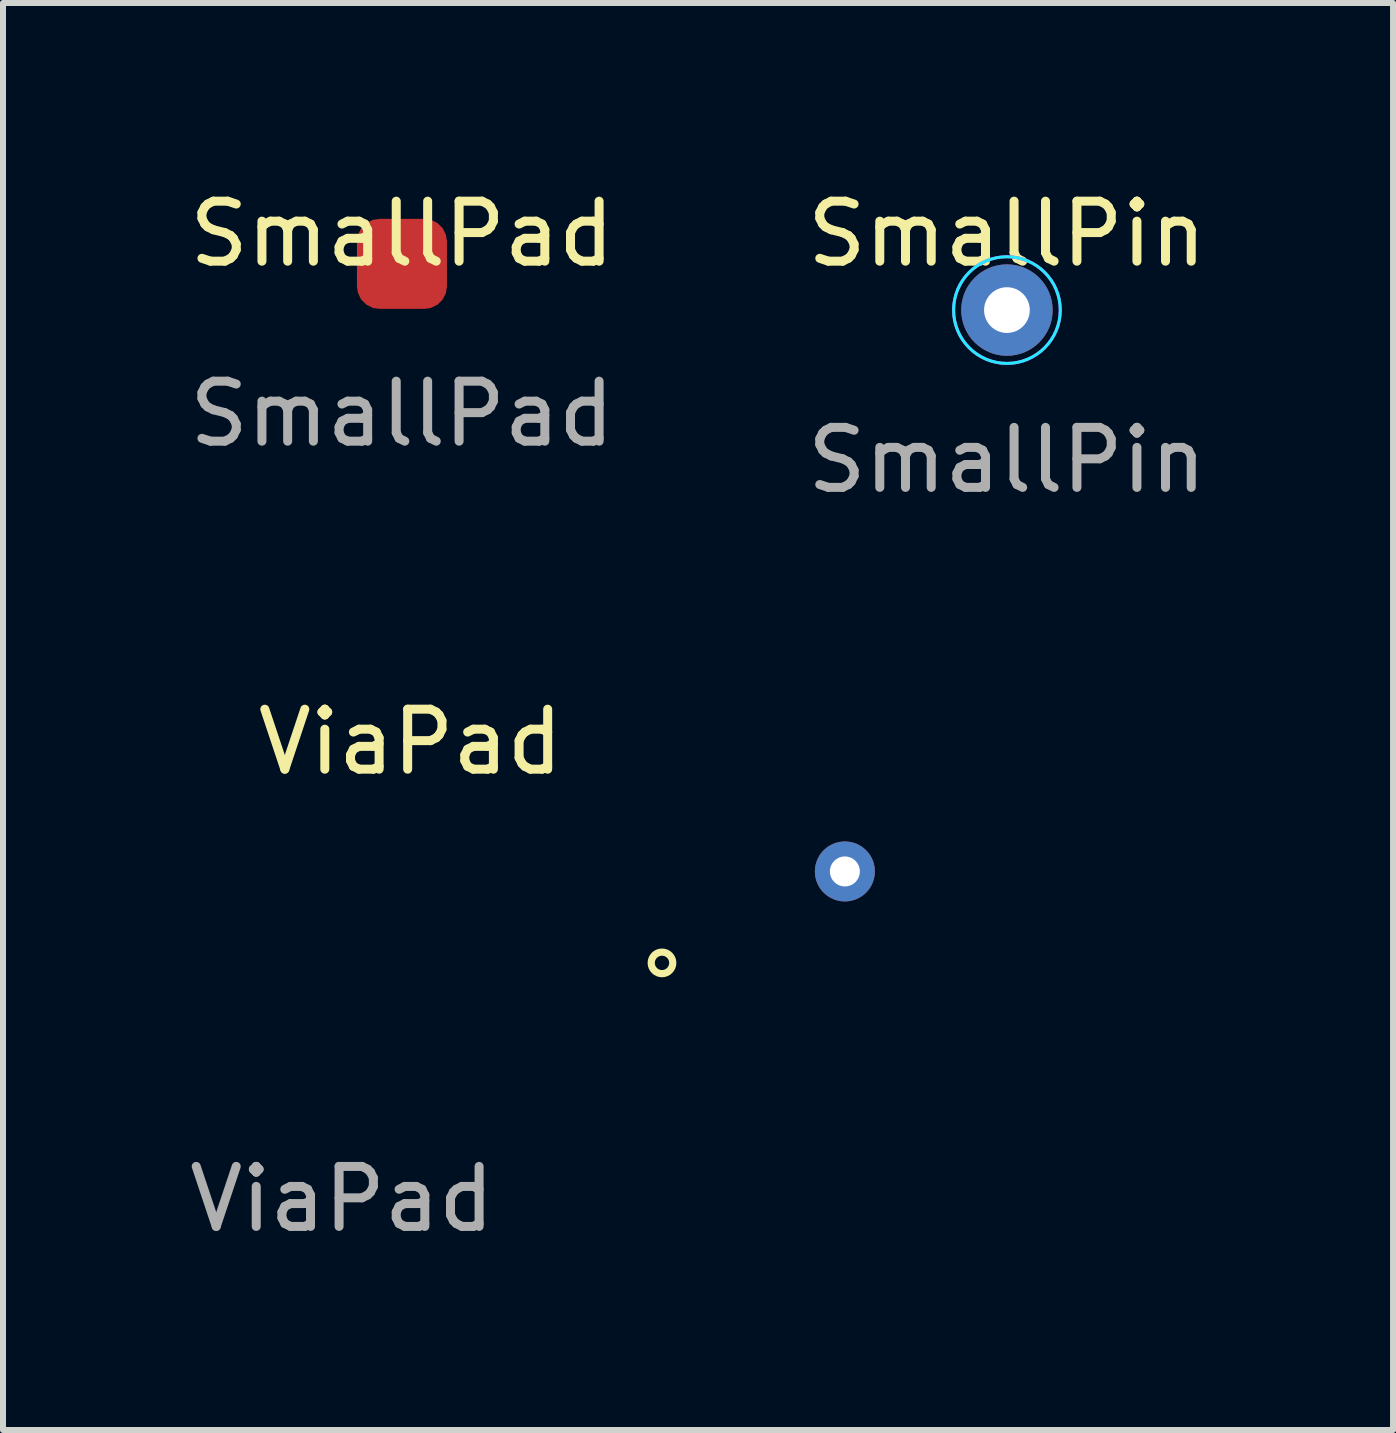
<source format=kicad_pcb>
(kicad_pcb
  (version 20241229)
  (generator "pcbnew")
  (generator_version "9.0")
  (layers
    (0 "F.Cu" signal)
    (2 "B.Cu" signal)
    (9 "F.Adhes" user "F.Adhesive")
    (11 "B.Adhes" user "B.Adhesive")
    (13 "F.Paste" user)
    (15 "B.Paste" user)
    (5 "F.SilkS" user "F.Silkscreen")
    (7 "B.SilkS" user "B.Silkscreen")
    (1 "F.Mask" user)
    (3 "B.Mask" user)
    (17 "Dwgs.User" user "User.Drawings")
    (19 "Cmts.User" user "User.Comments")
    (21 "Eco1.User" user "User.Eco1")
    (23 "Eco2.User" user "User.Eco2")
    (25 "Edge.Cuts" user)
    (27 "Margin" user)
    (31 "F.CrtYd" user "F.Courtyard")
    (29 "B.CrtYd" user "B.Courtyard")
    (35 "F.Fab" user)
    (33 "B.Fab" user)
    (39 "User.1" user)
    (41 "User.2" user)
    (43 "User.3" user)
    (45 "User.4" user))
  (footprint "SmallPad"
    (layer "F.Cu")
    (at 3.649 1.348)
    (property "Reference" "SmallPad" (at 0 -0.5 0) (unlocked yes) (layer "F.SilkS") (effects (font (size 1 1) (thickness 0.15))))
    (attr smd)
    (fp_text user "${REFERENCE}" (at 0 2.5 0) (unlocked yes) (layer "F.Fab") (effects (font (size 1 1) (thickness 0.15))))
    (pad "1" smd roundrect (at 0 0) (size 1.5 1.5) (layers "F.Cu" "F.Mask" "F.Paste") (roundrect_rratio 0.25)))
  (footprint "SmallPin"
    (layer "F.Cu")
    (at 13.732 2.118)
    (property "Reference" "SmallPin" (at 0 -1.27 0) (unlocked yes) (layer "F.SilkS") (effects (font (size 1 1) (thickness 0.15))))
    (attr through_hole)
    (fp_circle (center 0 0) (end 0.889 0) (stroke (width 0.05) (type solid)) (fill no) (layer "B.CrtYd"))
    (fp_circle (center 0 0) (end 0.889 0) (stroke (width 0.05) (type solid)) (fill no) (layer "F.CrtYd"))
    (fp_text user "${REFERENCE}" (at 0 2.5 0) (unlocked yes) (layer "F.Fab") (effects (font (size 1 1) (thickness 0.15))))
    (pad "1" thru_hole circle (at 0 0) (size 1.524 1.524) (drill 0.762) (layers "*.Cu" "*.Mask")))
  (footprint "ViaPad"
    (layer "F.Cu")
    (at 7.983 12.998)
    (property "Reference" "ViaPad" (at -4.191 -3.683 0) (unlocked yes) (layer "F.SilkS") (effects (font (size 1 1) (thickness 0.15))))
    (attr smd)
    (fp_circle (center 0 0) (end 0.127 0.127) (stroke (width 0.12) (type solid)) (fill no) (layer "F.SilkS"))
    (fp_text user "${REFERENCE}" (at -5.334 3.937 0) (unlocked yes) (layer "F.Fab") (effects (font (size 1 1) (thickness 0.15))))
    (pad "1" thru_hole circle (at 3.048 -1.524) (size 1 1) (drill 0.5) (layers "*.Cu" "F.Mask")))
  (gr_rect
    (start -3 -3)
    (end 20.167 20.783)
    (stroke (width 0.1) (type default))
    (fill no)
    (layer "Edge.Cuts")))
</source>
